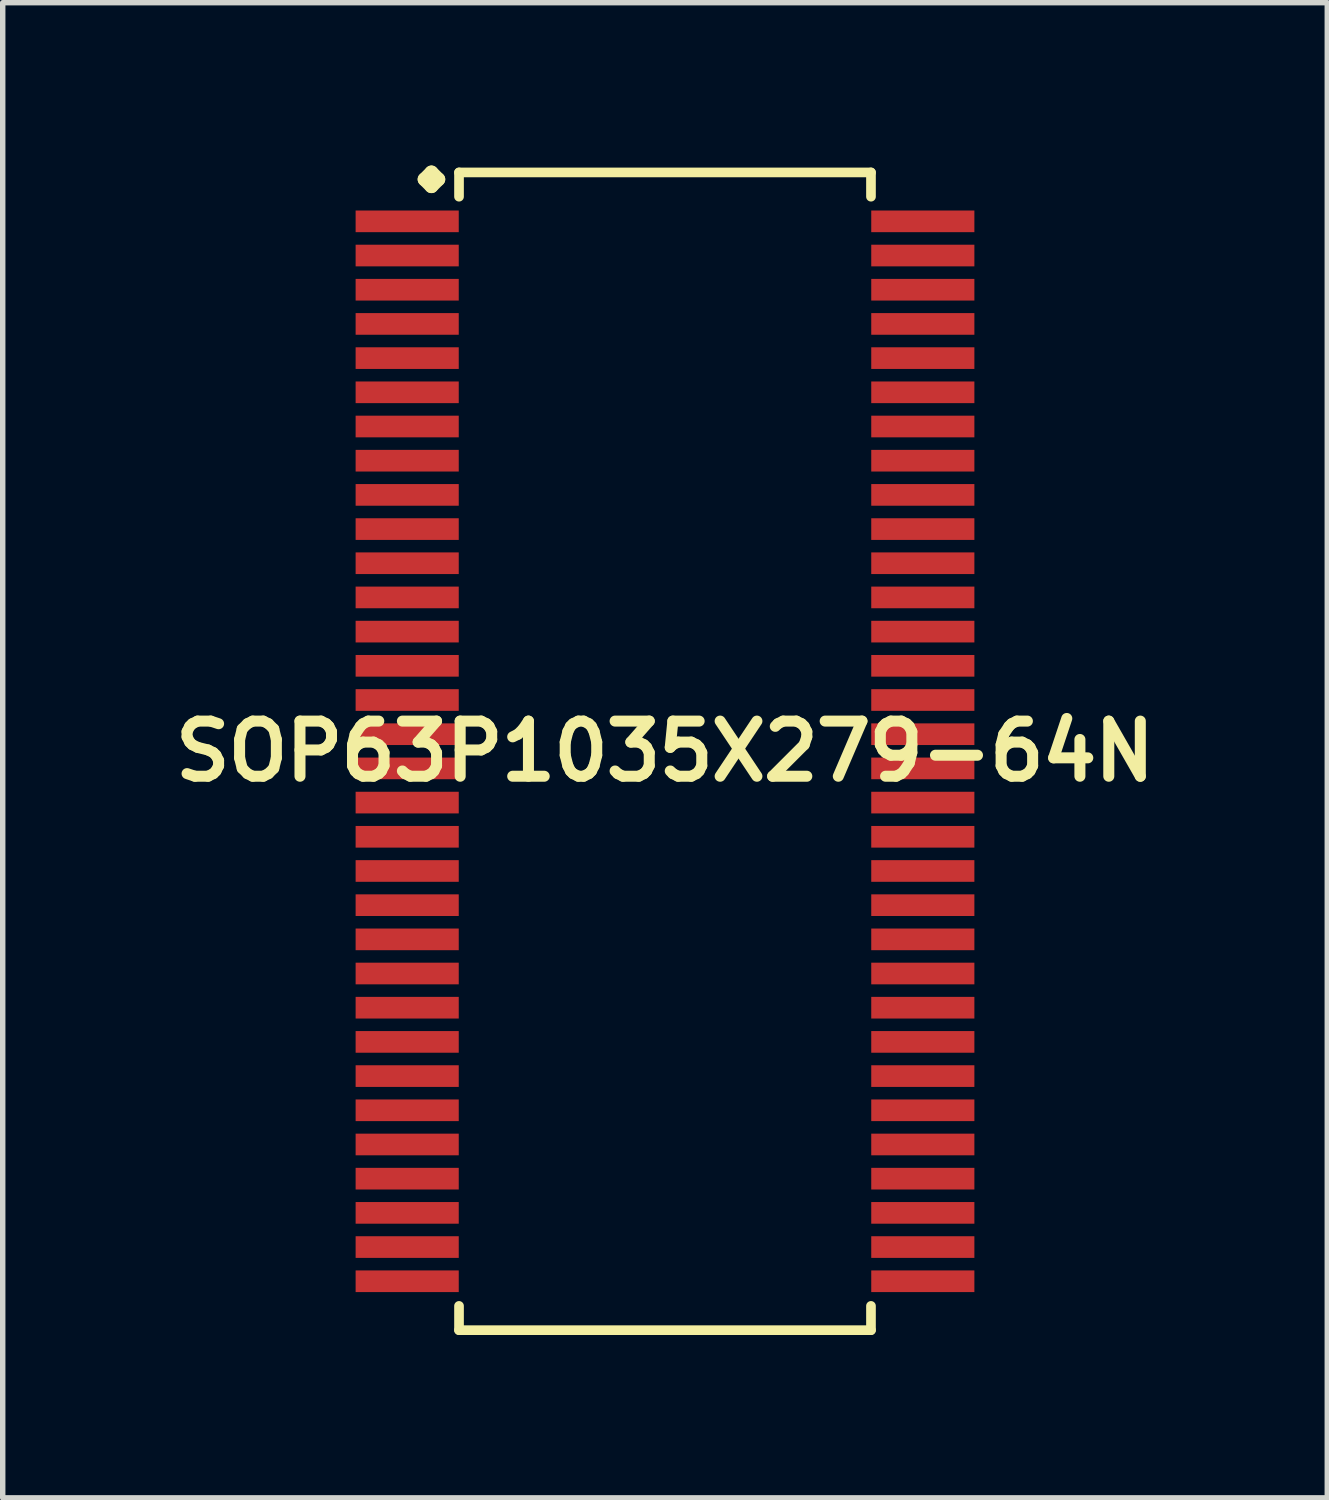
<source format=kicad_pcb>
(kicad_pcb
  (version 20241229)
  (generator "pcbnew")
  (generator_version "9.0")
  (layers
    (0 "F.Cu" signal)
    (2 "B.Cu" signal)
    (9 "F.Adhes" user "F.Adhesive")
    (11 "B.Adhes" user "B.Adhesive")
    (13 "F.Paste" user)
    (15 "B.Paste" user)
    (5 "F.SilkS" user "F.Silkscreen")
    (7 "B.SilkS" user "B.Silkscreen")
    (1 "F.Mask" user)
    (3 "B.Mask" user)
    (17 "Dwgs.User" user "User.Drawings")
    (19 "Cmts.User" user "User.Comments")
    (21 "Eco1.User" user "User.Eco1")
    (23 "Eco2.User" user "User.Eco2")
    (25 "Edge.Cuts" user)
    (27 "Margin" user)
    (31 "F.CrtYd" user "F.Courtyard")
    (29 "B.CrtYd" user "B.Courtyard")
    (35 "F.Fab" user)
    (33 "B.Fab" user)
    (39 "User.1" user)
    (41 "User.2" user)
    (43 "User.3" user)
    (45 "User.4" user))
  (footprint "SOP63P1035X279-64N"
    (layer "F.Cu")
    (at 9.202 10.792)
    (property "Reference" "SOP63P1035X279-64N" (at 0 0 0) (layer "F.SilkS") (effects (font (size 1.016 1.016) (thickness 0.203))))
    (attr smd)
    (fp_line (start -4.43 -10.538) (end -4.303 -10.665) (stroke (width 0.254) (type solid)) (layer "F.SilkS"))
    (fp_line (start -4.303 -10.665) (end -4.176 -10.538) (stroke (width 0.254) (type solid)) (layer "F.SilkS"))
    (fp_line (start -4.303 -10.411) (end -4.43 -10.538) (stroke (width 0.254) (type solid)) (layer "F.SilkS"))
    (fp_line (start -4.176 -10.538) (end -4.303 -10.411) (stroke (width 0.254) (type solid)) (layer "F.SilkS"))
    (fp_line (start -3.795 -10.665) (end 3.795 -10.665) (stroke (width 0.178) (type solid)) (layer "F.SilkS"))
    (fp_line (start -3.795 -10.218) (end -3.795 -10.665) (stroke (width 0.178) (type solid)) (layer "F.SilkS"))
    (fp_line (start -3.795 10.218) (end -3.795 10.665) (stroke (width 0.178) (type solid)) (layer "F.SilkS"))
    (fp_line (start -3.795 10.665) (end 3.795 10.665) (stroke (width 0.178) (type solid)) (layer "F.SilkS"))
    (fp_line (start 3.795 -10.665) (end 3.795 -10.218) (stroke (width 0.178) (type solid)) (layer "F.SilkS"))
    (fp_line (start 3.795 10.665) (end 3.795 10.218) (stroke (width 0.178) (type solid)) (layer "F.SilkS"))
    (pad "1" smd rect (at -4.75 -9.764) (size 1.9 0.399) (layers "F.Cu" "F.Mask" "F.Paste"))
    (pad "2" smd rect (at -4.75 -9.134) (size 1.9 0.399) (layers "F.Cu" "F.Mask" "F.Paste"))
    (pad "3" smd rect (at -4.75 -8.504) (size 1.9 0.399) (layers "F.Cu" "F.Mask" "F.Paste"))
    (pad "4" smd rect (at -4.75 -7.874) (size 1.9 0.399) (layers "F.Cu" "F.Mask" "F.Paste"))
    (pad "5" smd rect (at -4.75 -7.244) (size 1.9 0.399) (layers "F.Cu" "F.Mask" "F.Paste"))
    (pad "6" smd rect (at -4.75 -6.614) (size 1.9 0.399) (layers "F.Cu" "F.Mask" "F.Paste"))
    (pad "7" smd rect (at -4.75 -5.984) (size 1.9 0.399) (layers "F.Cu" "F.Mask" "F.Paste"))
    (pad "8" smd rect (at -4.75 -5.354) (size 1.9 0.399) (layers "F.Cu" "F.Mask" "F.Paste"))
    (pad "9" smd rect (at -4.75 -4.724) (size 1.9 0.399) (layers "F.Cu" "F.Mask" "F.Paste"))
    (pad "10" smd rect (at -4.75 -4.094) (size 1.9 0.399) (layers "F.Cu" "F.Mask" "F.Paste"))
    (pad "11" smd rect (at -4.75 -3.465) (size 1.9 0.399) (layers "F.Cu" "F.Mask" "F.Paste"))
    (pad "12" smd rect (at -4.75 -2.835) (size 1.9 0.399) (layers "F.Cu" "F.Mask" "F.Paste"))
    (pad "13" smd rect (at -4.75 -2.205) (size 1.9 0.399) (layers "F.Cu" "F.Mask" "F.Paste"))
    (pad "14" smd rect (at -4.75 -1.575) (size 1.9 0.399) (layers "F.Cu" "F.Mask" "F.Paste"))
    (pad "15" smd rect (at -4.75 -0.945) (size 1.9 0.399) (layers "F.Cu" "F.Mask" "F.Paste"))
    (pad "16" smd rect (at -4.75 -0.315) (size 1.9 0.399) (layers "F.Cu" "F.Mask" "F.Paste"))
    (pad "17" smd rect (at -4.75 0.315) (size 1.9 0.399) (layers "F.Cu" "F.Mask" "F.Paste"))
    (pad "18" smd rect (at -4.75 0.945) (size 1.9 0.399) (layers "F.Cu" "F.Mask" "F.Paste"))
    (pad "19" smd rect (at -4.75 1.575) (size 1.9 0.399) (layers "F.Cu" "F.Mask" "F.Paste"))
    (pad "20" smd rect (at -4.75 2.205) (size 1.9 0.399) (layers "F.Cu" "F.Mask" "F.Paste"))
    (pad "21" smd rect (at -4.75 2.835) (size 1.9 0.399) (layers "F.Cu" "F.Mask" "F.Paste"))
    (pad "22" smd rect (at -4.75 3.465) (size 1.9 0.399) (layers "F.Cu" "F.Mask" "F.Paste"))
    (pad "23" smd rect (at -4.75 4.094) (size 1.9 0.399) (layers "F.Cu" "F.Mask" "F.Paste"))
    (pad "24" smd rect (at -4.75 4.724) (size 1.9 0.399) (layers "F.Cu" "F.Mask" "F.Paste"))
    (pad "25" smd rect (at -4.75 5.354) (size 1.9 0.399) (layers "F.Cu" "F.Mask" "F.Paste"))
    (pad "26" smd rect (at -4.75 5.984) (size 1.9 0.399) (layers "F.Cu" "F.Mask" "F.Paste"))
    (pad "27" smd rect (at -4.75 6.614) (size 1.9 0.399) (layers "F.Cu" "F.Mask" "F.Paste"))
    (pad "28" smd rect (at -4.75 7.244) (size 1.9 0.399) (layers "F.Cu" "F.Mask" "F.Paste"))
    (pad "29" smd rect (at -4.75 7.874) (size 1.9 0.399) (layers "F.Cu" "F.Mask" "F.Paste"))
    (pad "30" smd rect (at -4.75 8.504) (size 1.9 0.399) (layers "F.Cu" "F.Mask" "F.Paste"))
    (pad "31" smd rect (at -4.75 9.134) (size 1.9 0.399) (layers "F.Cu" "F.Mask" "F.Paste"))
    (pad "32" smd rect (at -4.75 9.764) (size 1.9 0.399) (layers "F.Cu" "F.Mask" "F.Paste"))
    (pad "33" smd rect (at 4.75 9.764) (size 1.9 0.399) (layers "F.Cu" "F.Mask" "F.Paste"))
    (pad "34" smd rect (at 4.75 9.134) (size 1.9 0.399) (layers "F.Cu" "F.Mask" "F.Paste"))
    (pad "35" smd rect (at 4.75 8.504) (size 1.9 0.399) (layers "F.Cu" "F.Mask" "F.Paste"))
    (pad "36" smd rect (at 4.75 7.874) (size 1.9 0.399) (layers "F.Cu" "F.Mask" "F.Paste"))
    (pad "37" smd rect (at 4.75 7.244) (size 1.9 0.399) (layers "F.Cu" "F.Mask" "F.Paste"))
    (pad "38" smd rect (at 4.75 6.614) (size 1.9 0.399) (layers "F.Cu" "F.Mask" "F.Paste"))
    (pad "39" smd rect (at 4.75 5.984) (size 1.9 0.399) (layers "F.Cu" "F.Mask" "F.Paste"))
    (pad "40" smd rect (at 4.75 5.354) (size 1.9 0.399) (layers "F.Cu" "F.Mask" "F.Paste"))
    (pad "41" smd rect (at 4.75 4.724) (size 1.9 0.399) (layers "F.Cu" "F.Mask" "F.Paste"))
    (pad "42" smd rect (at 4.75 4.094) (size 1.9 0.399) (layers "F.Cu" "F.Mask" "F.Paste"))
    (pad "43" smd rect (at 4.75 3.465) (size 1.9 0.399) (layers "F.Cu" "F.Mask" "F.Paste"))
    (pad "44" smd rect (at 4.75 2.835) (size 1.9 0.399) (layers "F.Cu" "F.Mask" "F.Paste"))
    (pad "45" smd rect (at 4.75 2.205) (size 1.9 0.399) (layers "F.Cu" "F.Mask" "F.Paste"))
    (pad "46" smd rect (at 4.75 1.575) (size 1.9 0.399) (layers "F.Cu" "F.Mask" "F.Paste"))
    (pad "47" smd rect (at 4.75 0.945) (size 1.9 0.399) (layers "F.Cu" "F.Mask" "F.Paste"))
    (pad "48" smd rect (at 4.75 0.315) (size 1.9 0.399) (layers "F.Cu" "F.Mask" "F.Paste"))
    (pad "49" smd rect (at 4.75 -0.315) (size 1.9 0.399) (layers "F.Cu" "F.Mask" "F.Paste"))
    (pad "50" smd rect (at 4.75 -0.945) (size 1.9 0.399) (layers "F.Cu" "F.Mask" "F.Paste"))
    (pad "51" smd rect (at 4.75 -1.575) (size 1.9 0.399) (layers "F.Cu" "F.Mask" "F.Paste"))
    (pad "52" smd rect (at 4.75 -2.205) (size 1.9 0.399) (layers "F.Cu" "F.Mask" "F.Paste"))
    (pad "53" smd rect (at 4.75 -2.835) (size 1.9 0.399) (layers "F.Cu" "F.Mask" "F.Paste"))
    (pad "54" smd rect (at 4.75 -3.465) (size 1.9 0.399) (layers "F.Cu" "F.Mask" "F.Paste"))
    (pad "55" smd rect (at 4.75 -4.094) (size 1.9 0.399) (layers "F.Cu" "F.Mask" "F.Paste"))
    (pad "56" smd rect (at 4.75 -4.724) (size 1.9 0.399) (layers "F.Cu" "F.Mask" "F.Paste"))
    (pad "57" smd rect (at 4.75 -5.354) (size 1.9 0.399) (layers "F.Cu" "F.Mask" "F.Paste"))
    (pad "58" smd rect (at 4.75 -5.984) (size 1.9 0.399) (layers "F.Cu" "F.Mask" "F.Paste"))
    (pad "59" smd rect (at 4.75 -6.614) (size 1.9 0.399) (layers "F.Cu" "F.Mask" "F.Paste"))
    (pad "60" smd rect (at 4.75 -7.244) (size 1.9 0.399) (layers "F.Cu" "F.Mask" "F.Paste"))
    (pad "61" smd rect (at 4.75 -7.874) (size 1.9 0.399) (layers "F.Cu" "F.Mask" "F.Paste"))
    (pad "62" smd rect (at 4.75 -8.504) (size 1.9 0.399) (layers "F.Cu" "F.Mask" "F.Paste"))
    (pad "63" smd rect (at 4.75 -9.134) (size 1.9 0.399) (layers "F.Cu" "F.Mask" "F.Paste"))
    (pad "64" smd rect (at 4.75 -9.764) (size 1.9 0.399) (layers "F.Cu" "F.Mask" "F.Paste")))
  (gr_rect
    (start -3 -3)
    (end 21.404 24.547)
    (stroke (width 0.1) (type default))
    (fill no)
    (layer "Edge.Cuts")))
</source>
